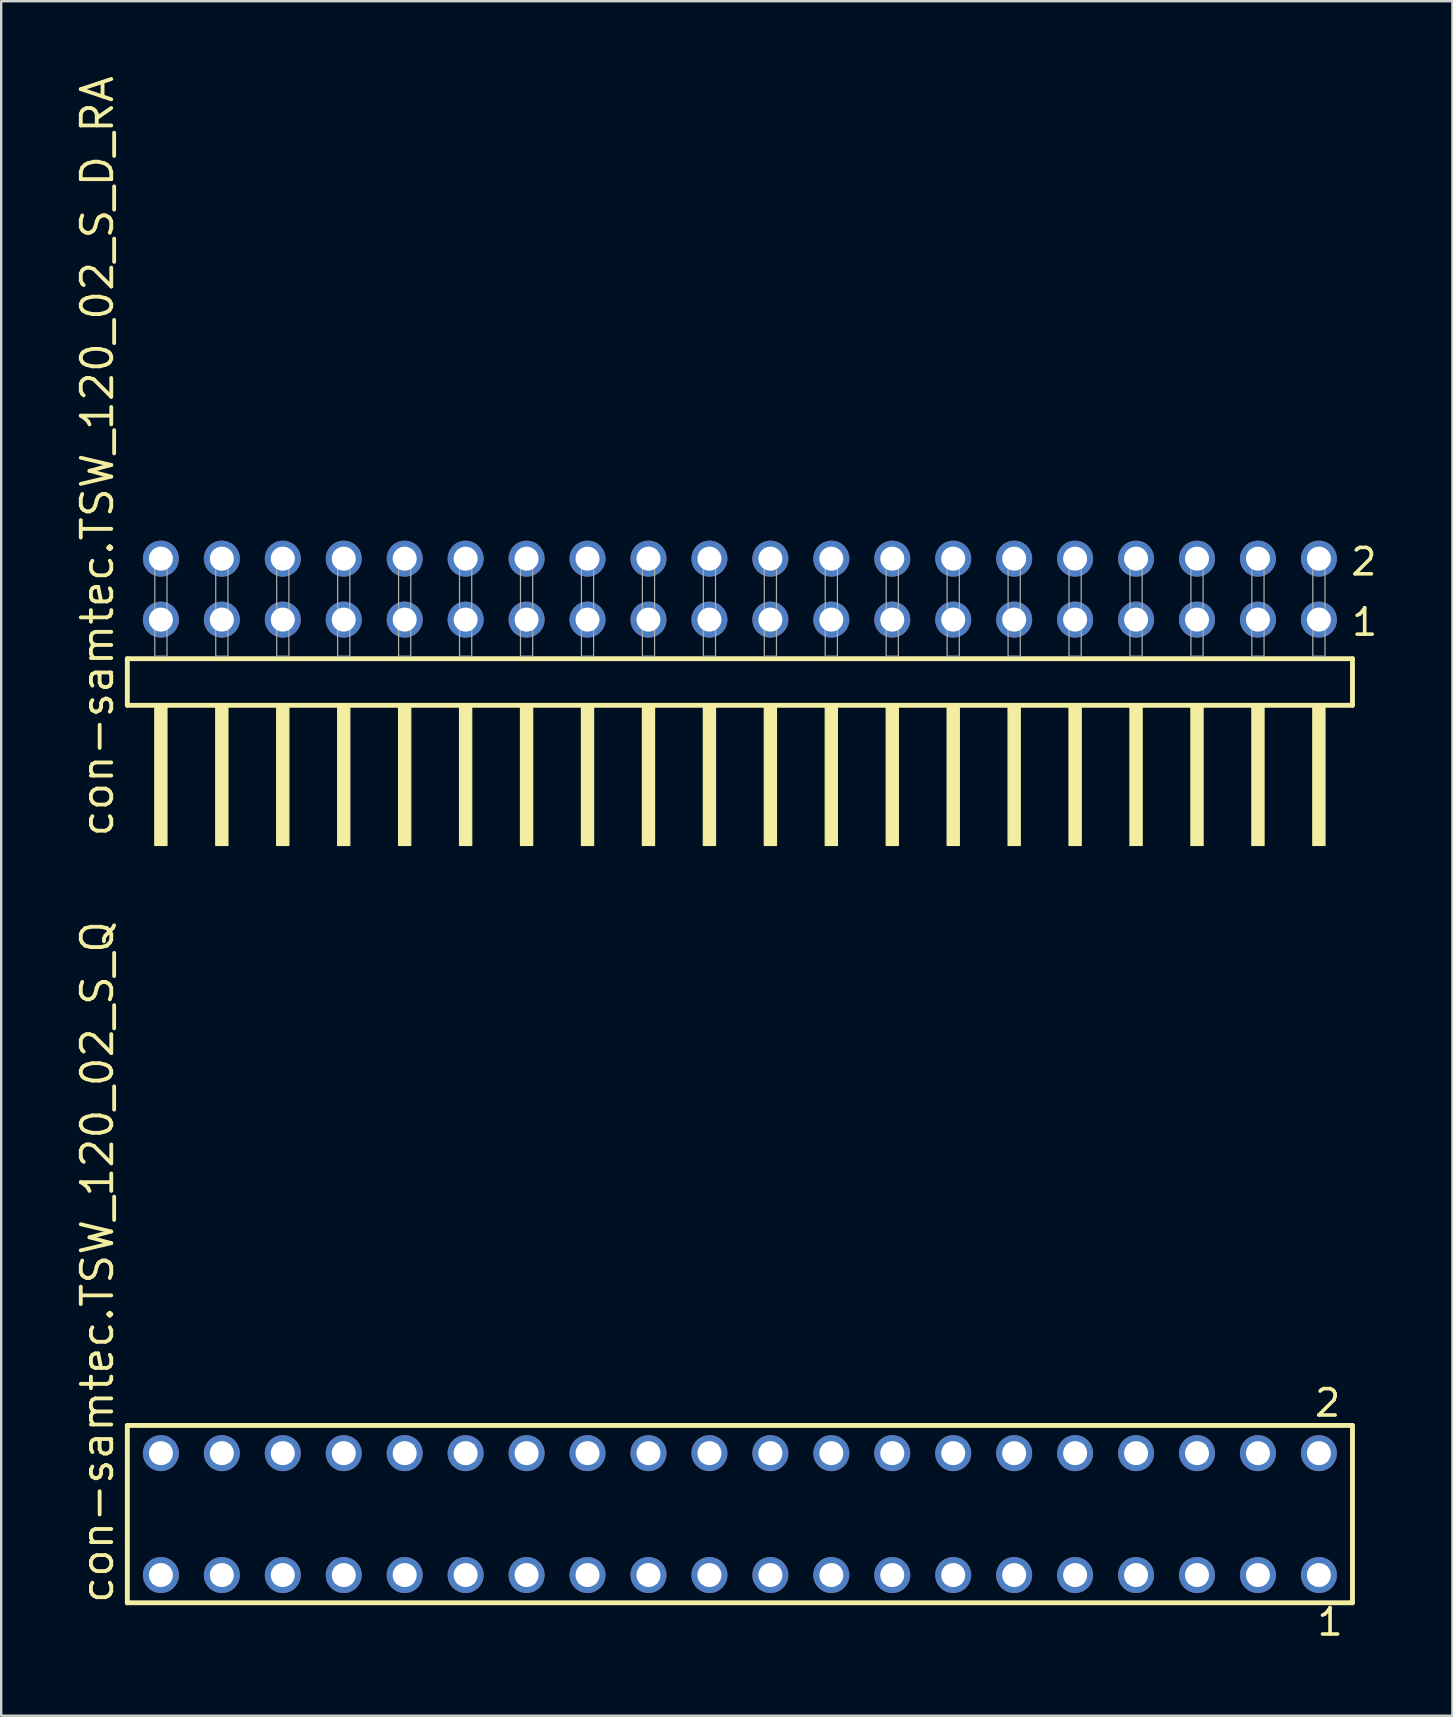
<source format=kicad_pcb>
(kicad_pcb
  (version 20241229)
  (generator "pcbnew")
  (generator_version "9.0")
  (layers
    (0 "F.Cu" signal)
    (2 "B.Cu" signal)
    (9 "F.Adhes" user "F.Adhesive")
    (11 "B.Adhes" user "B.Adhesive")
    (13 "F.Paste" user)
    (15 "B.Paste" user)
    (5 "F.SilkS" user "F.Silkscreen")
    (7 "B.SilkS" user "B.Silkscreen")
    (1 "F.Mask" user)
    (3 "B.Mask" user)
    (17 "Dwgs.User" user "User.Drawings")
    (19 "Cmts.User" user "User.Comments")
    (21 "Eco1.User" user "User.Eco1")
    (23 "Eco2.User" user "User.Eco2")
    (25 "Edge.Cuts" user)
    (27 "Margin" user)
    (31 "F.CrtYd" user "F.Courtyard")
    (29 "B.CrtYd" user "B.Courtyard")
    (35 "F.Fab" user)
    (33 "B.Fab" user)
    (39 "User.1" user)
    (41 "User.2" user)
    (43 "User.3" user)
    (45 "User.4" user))
  (footprint "con-samtec.TSW_120_02_S_D_RA"
    (layer "F.Cu")
    (at 27.785 24.296)
    (property "Reference" "con-samtec.TSW_120_02_S_D_RA" (at -26.035 7.62 90) (layer "F.SilkS") (effects (font (size 1.27 1.27) (thickness 0.16)) (justify left bottom)))
    (attr through_hole)
    (fp_line (start -25.529 0.106) (end -25.529 2.046) (stroke (width 0.203) (type default)) (layer "F.SilkS"))
    (fp_line (start -25.529 2.046) (end 25.529 2.046) (stroke (width 0.203) (type default)) (layer "F.SilkS"))
    (fp_line (start 25.529 0.106) (end -25.529 0.106) (stroke (width 0.203) (type default)) (layer "F.SilkS"))
    (fp_line (start 25.529 2.046) (end 25.529 0.106) (stroke (width 0.203) (type default)) (layer "F.SilkS"))
    (fp_rect (start -24.384 7.89) (end -23.876 2.04) (stroke (width 0.05) (type default)) (fill yes) (layer "F.SilkS"))
    (fp_rect (start -21.844 7.89) (end -21.336 2.04) (stroke (width 0.05) (type default)) (fill yes) (layer "F.SilkS"))
    (fp_rect (start -19.304 7.89) (end -18.796 2.04) (stroke (width 0.05) (type default)) (fill yes) (layer "F.SilkS"))
    (fp_rect (start -16.764 7.89) (end -16.256 2.04) (stroke (width 0.05) (type default)) (fill yes) (layer "F.SilkS"))
    (fp_rect (start -14.224 7.89) (end -13.716 2.04) (stroke (width 0.05) (type default)) (fill yes) (layer "F.SilkS"))
    (fp_rect (start -11.684 7.89) (end -11.176 2.04) (stroke (width 0.05) (type default)) (fill yes) (layer "F.SilkS"))
    (fp_rect (start -9.144 7.89) (end -8.636 2.04) (stroke (width 0.05) (type default)) (fill yes) (layer "F.SilkS"))
    (fp_rect (start -6.604 7.89) (end -6.096 2.04) (stroke (width 0.05) (type default)) (fill yes) (layer "F.SilkS"))
    (fp_rect (start -4.064 7.89) (end -3.556 2.04) (stroke (width 0.05) (type default)) (fill yes) (layer "F.SilkS"))
    (fp_rect (start -1.524 7.89) (end -1.016 2.04) (stroke (width 0.05) (type default)) (fill yes) (layer "F.SilkS"))
    (fp_rect (start 1.016 7.89) (end 1.524 2.04) (stroke (width 0.05) (type default)) (fill yes) (layer "F.SilkS"))
    (fp_rect (start 3.556 7.89) (end 4.064 2.04) (stroke (width 0.05) (type default)) (fill yes) (layer "F.SilkS"))
    (fp_rect (start 6.096 7.89) (end 6.604 2.04) (stroke (width 0.05) (type default)) (fill yes) (layer "F.SilkS"))
    (fp_rect (start 8.636 7.89) (end 9.144 2.04) (stroke (width 0.05) (type default)) (fill yes) (layer "F.SilkS"))
    (fp_rect (start 11.176 7.89) (end 11.684 2.04) (stroke (width 0.05) (type default)) (fill yes) (layer "F.SilkS"))
    (fp_rect (start 13.716 7.89) (end 14.224 2.04) (stroke (width 0.05) (type default)) (fill yes) (layer "F.SilkS"))
    (fp_rect (start 16.256 7.89) (end 16.764 2.04) (stroke (width 0.05) (type default)) (fill yes) (layer "F.SilkS"))
    (fp_rect (start 18.796 7.89) (end 19.304 2.04) (stroke (width 0.05) (type default)) (fill yes) (layer "F.SilkS"))
    (fp_rect (start 21.336 7.89) (end 21.844 2.04) (stroke (width 0.05) (type default)) (fill yes) (layer "F.SilkS"))
    (fp_rect (start 23.876 7.89) (end 24.384 2.04) (stroke (width 0.05) (type default)) (fill yes) (layer "F.SilkS"))
    (fp_rect (start -24.384 0) (end -23.876 -4.318) (stroke (width 0.05) (type default)) (fill no) (layer "F.Fab"))
    (fp_rect (start -21.844 0) (end -21.336 -4.318) (stroke (width 0.05) (type default)) (fill no) (layer "F.Fab"))
    (fp_rect (start -19.304 0) (end -18.796 -4.318) (stroke (width 0.05) (type default)) (fill no) (layer "F.Fab"))
    (fp_rect (start -16.764 0) (end -16.256 -4.318) (stroke (width 0.05) (type default)) (fill no) (layer "F.Fab"))
    (fp_rect (start -14.224 0) (end -13.716 -4.318) (stroke (width 0.05) (type default)) (fill no) (layer "F.Fab"))
    (fp_rect (start -11.684 0) (end -11.176 -4.318) (stroke (width 0.05) (type default)) (fill no) (layer "F.Fab"))
    (fp_rect (start -9.144 0) (end -8.636 -4.318) (stroke (width 0.05) (type default)) (fill no) (layer "F.Fab"))
    (fp_rect (start -6.604 0) (end -6.096 -4.318) (stroke (width 0.05) (type default)) (fill no) (layer "F.Fab"))
    (fp_rect (start -4.064 0) (end -3.556 -4.318) (stroke (width 0.05) (type default)) (fill no) (layer "F.Fab"))
    (fp_rect (start -1.524 0) (end -1.016 -4.318) (stroke (width 0.05) (type default)) (fill no) (layer "F.Fab"))
    (fp_rect (start 1.016 0) (end 1.524 -4.318) (stroke (width 0.05) (type default)) (fill no) (layer "F.Fab"))
    (fp_rect (start 3.556 0) (end 4.064 -4.318) (stroke (width 0.05) (type default)) (fill no) (layer "F.Fab"))
    (fp_rect (start 6.096 0) (end 6.604 -4.318) (stroke (width 0.05) (type default)) (fill no) (layer "F.Fab"))
    (fp_rect (start 8.636 0) (end 9.144 -4.318) (stroke (width 0.05) (type default)) (fill no) (layer "F.Fab"))
    (fp_rect (start 11.176 0) (end 11.684 -4.318) (stroke (width 0.05) (type default)) (fill no) (layer "F.Fab"))
    (fp_rect (start 13.716 0) (end 14.224 -4.318) (stroke (width 0.05) (type default)) (fill no) (layer "F.Fab"))
    (fp_rect (start 16.256 0) (end 16.764 -4.318) (stroke (width 0.05) (type default)) (fill no) (layer "F.Fab"))
    (fp_rect (start 18.796 0) (end 19.304 -4.318) (stroke (width 0.05) (type default)) (fill no) (layer "F.Fab"))
    (fp_rect (start 21.336 0) (end 21.844 -4.318) (stroke (width 0.05) (type default)) (fill no) (layer "F.Fab"))
    (fp_rect (start 23.876 0) (end 24.384 -4.318) (stroke (width 0.05) (type default)) (fill no) (layer "F.Fab"))
    (fp_text user "2" (at 25.38 -3.29 0) (layer "F.SilkS") (effects (font (size 1.1 1.1) (thickness 0.15)) (justify left bottom)))
    (fp_text user "1" (at 25.415 -0.775 0) (layer "F.SilkS") (effects (font (size 1.1 1.1) (thickness 0.15)) (justify left bottom)))
    (pad "1" thru_hole circle (at 24.13 -1.524 180) (size 1.5 1.5) (drill 1) (layers "*.Cu" "*.Mask"))
    (pad "2" thru_hole circle (at 24.13 -4.064 180) (size 1.5 1.5) (drill 1) (layers "*.Cu" "*.Mask"))
    (pad "3" thru_hole circle (at 21.59 -1.524 180) (size 1.5 1.5) (drill 1) (layers "*.Cu" "*.Mask"))
    (pad "4" thru_hole circle (at 21.59 -4.064 180) (size 1.5 1.5) (drill 1) (layers "*.Cu" "*.Mask"))
    (pad "5" thru_hole circle (at 19.05 -1.524 180) (size 1.5 1.5) (drill 1) (layers "*.Cu" "*.Mask"))
    (pad "6" thru_hole circle (at 19.05 -4.064 180) (size 1.5 1.5) (drill 1) (layers "*.Cu" "*.Mask"))
    (pad "7" thru_hole circle (at 16.51 -1.524 180) (size 1.5 1.5) (drill 1) (layers "*.Cu" "*.Mask"))
    (pad "8" thru_hole circle (at 16.51 -4.064 180) (size 1.5 1.5) (drill 1) (layers "*.Cu" "*.Mask"))
    (pad "9" thru_hole circle (at 13.97 -1.524 180) (size 1.5 1.5) (drill 1) (layers "*.Cu" "*.Mask"))
    (pad "10" thru_hole circle (at 13.97 -4.064 180) (size 1.5 1.5) (drill 1) (layers "*.Cu" "*.Mask"))
    (pad "11" thru_hole circle (at 11.43 -1.524 180) (size 1.5 1.5) (drill 1) (layers "*.Cu" "*.Mask"))
    (pad "12" thru_hole circle (at 11.43 -4.064 180) (size 1.5 1.5) (drill 1) (layers "*.Cu" "*.Mask"))
    (pad "13" thru_hole circle (at 8.89 -1.524 180) (size 1.5 1.5) (drill 1) (layers "*.Cu" "*.Mask"))
    (pad "14" thru_hole circle (at 8.89 -4.064 180) (size 1.5 1.5) (drill 1) (layers "*.Cu" "*.Mask"))
    (pad "15" thru_hole circle (at 6.35 -1.524 180) (size 1.5 1.5) (drill 1) (layers "*.Cu" "*.Mask"))
    (pad "16" thru_hole circle (at 6.35 -4.064 180) (size 1.5 1.5) (drill 1) (layers "*.Cu" "*.Mask"))
    (pad "17" thru_hole circle (at 3.81 -1.524 180) (size 1.5 1.5) (drill 1) (layers "*.Cu" "*.Mask"))
    (pad "18" thru_hole circle (at 3.81 -4.064 180) (size 1.5 1.5) (drill 1) (layers "*.Cu" "*.Mask"))
    (pad "19" thru_hole circle (at 1.27 -1.524 180) (size 1.5 1.5) (drill 1) (layers "*.Cu" "*.Mask"))
    (pad "20" thru_hole circle (at 1.27 -4.064 180) (size 1.5 1.5) (drill 1) (layers "*.Cu" "*.Mask"))
    (pad "21" thru_hole circle (at -1.27 -1.524 180) (size 1.5 1.5) (drill 1) (layers "*.Cu" "*.Mask"))
    (pad "22" thru_hole circle (at -1.27 -4.064 180) (size 1.5 1.5) (drill 1) (layers "*.Cu" "*.Mask"))
    (pad "23" thru_hole circle (at -3.81 -1.524 180) (size 1.5 1.5) (drill 1) (layers "*.Cu" "*.Mask"))
    (pad "24" thru_hole circle (at -3.81 -4.064 180) (size 1.5 1.5) (drill 1) (layers "*.Cu" "*.Mask"))
    (pad "25" thru_hole circle (at -6.35 -1.524 180) (size 1.5 1.5) (drill 1) (layers "*.Cu" "*.Mask"))
    (pad "26" thru_hole circle (at -6.35 -4.064 180) (size 1.5 1.5) (drill 1) (layers "*.Cu" "*.Mask"))
    (pad "27" thru_hole circle (at -8.89 -1.524 180) (size 1.5 1.5) (drill 1) (layers "*.Cu" "*.Mask"))
    (pad "28" thru_hole circle (at -8.89 -4.064 180) (size 1.5 1.5) (drill 1) (layers "*.Cu" "*.Mask"))
    (pad "29" thru_hole circle (at -11.43 -1.524 180) (size 1.5 1.5) (drill 1) (layers "*.Cu" "*.Mask"))
    (pad "30" thru_hole circle (at -11.43 -4.064 180) (size 1.5 1.5) (drill 1) (layers "*.Cu" "*.Mask"))
    (pad "31" thru_hole circle (at -13.97 -1.524 180) (size 1.5 1.5) (drill 1) (layers "*.Cu" "*.Mask"))
    (pad "32" thru_hole circle (at -13.97 -4.064 180) (size 1.5 1.5) (drill 1) (layers "*.Cu" "*.Mask"))
    (pad "33" thru_hole circle (at -16.51 -1.524 180) (size 1.5 1.5) (drill 1) (layers "*.Cu" "*.Mask"))
    (pad "34" thru_hole circle (at -16.51 -4.064 180) (size 1.5 1.5) (drill 1) (layers "*.Cu" "*.Mask"))
    (pad "35" thru_hole circle (at -19.05 -1.524 180) (size 1.5 1.5) (drill 1) (layers "*.Cu" "*.Mask"))
    (pad "36" thru_hole circle (at -19.05 -4.064 180) (size 1.5 1.5) (drill 1) (layers "*.Cu" "*.Mask"))
    (pad "37" thru_hole circle (at -21.59 -1.524 180) (size 1.5 1.5) (drill 1) (layers "*.Cu" "*.Mask"))
    (pad "38" thru_hole circle (at -21.59 -4.064 180) (size 1.5 1.5) (drill 1) (layers "*.Cu" "*.Mask"))
    (pad "39" thru_hole circle (at -24.13 -1.524 180) (size 1.5 1.5) (drill 1) (layers "*.Cu" "*.Mask"))
    (pad "40" thru_hole circle (at -24.13 -4.064 180) (size 1.5 1.5) (drill 1) (layers "*.Cu" "*.Mask")))
  (footprint "con-samtec.TSW_120_02_S_Q"
    (layer "F.Cu")
    (at 27.785 60.05)
    (property "Reference" "con-samtec.TSW_120_02_S_Q" (at -26.035 3.81 90) (layer "F.SilkS") (effects (font (size 1.27 1.27) (thickness 0.16)) (justify left bottom)))
    (attr through_hole)
    (fp_line (start -25.529 -3.695) (end 25.529 -3.695) (stroke (width 0.203) (type default)) (layer "F.SilkS"))
    (fp_line (start -25.529 3.695) (end -25.529 -3.695) (stroke (width 0.203) (type default)) (layer "F.SilkS"))
    (fp_line (start 25.529 -3.695) (end 25.529 3.695) (stroke (width 0.203) (type default)) (layer "F.SilkS"))
    (fp_line (start 25.529 3.695) (end -25.529 3.695) (stroke (width 0.203) (type default)) (layer "F.SilkS"))
    (fp_rect (start -24.48 -2.19) (end -23.78 -2.89) (stroke (width 0.05) (type default)) (fill no) (layer "F.Fab"))
    (fp_rect (start -24.48 2.89) (end -23.78 2.19) (stroke (width 0.05) (type default)) (fill no) (layer "F.Fab"))
    (fp_rect (start -21.94 -2.19) (end -21.24 -2.89) (stroke (width 0.05) (type default)) (fill no) (layer "F.Fab"))
    (fp_rect (start -21.94 2.89) (end -21.24 2.19) (stroke (width 0.05) (type default)) (fill no) (layer "F.Fab"))
    (fp_rect (start -19.4 -2.19) (end -18.7 -2.89) (stroke (width 0.05) (type default)) (fill no) (layer "F.Fab"))
    (fp_rect (start -19.4 2.89) (end -18.7 2.19) (stroke (width 0.05) (type default)) (fill no) (layer "F.Fab"))
    (fp_rect (start -16.86 -2.19) (end -16.16 -2.89) (stroke (width 0.05) (type default)) (fill no) (layer "F.Fab"))
    (fp_rect (start -16.86 2.89) (end -16.16 2.19) (stroke (width 0.05) (type default)) (fill no) (layer "F.Fab"))
    (fp_rect (start -14.32 -2.19) (end -13.62 -2.89) (stroke (width 0.05) (type default)) (fill no) (layer "F.Fab"))
    (fp_rect (start -14.32 2.89) (end -13.62 2.19) (stroke (width 0.05) (type default)) (fill no) (layer "F.Fab"))
    (fp_rect (start -11.78 -2.19) (end -11.08 -2.89) (stroke (width 0.05) (type default)) (fill no) (layer "F.Fab"))
    (fp_rect (start -11.78 2.89) (end -11.08 2.19) (stroke (width 0.05) (type default)) (fill no) (layer "F.Fab"))
    (fp_rect (start -9.24 -2.19) (end -8.54 -2.89) (stroke (width 0.05) (type default)) (fill no) (layer "F.Fab"))
    (fp_rect (start -9.24 2.89) (end -8.54 2.19) (stroke (width 0.05) (type default)) (fill no) (layer "F.Fab"))
    (fp_rect (start -6.7 -2.19) (end -6 -2.89) (stroke (width 0.05) (type default)) (fill no) (layer "F.Fab"))
    (fp_rect (start -6.7 2.89) (end -6 2.19) (stroke (width 0.05) (type default)) (fill no) (layer "F.Fab"))
    (fp_rect (start -4.16 -2.19) (end -3.46 -2.89) (stroke (width 0.05) (type default)) (fill no) (layer "F.Fab"))
    (fp_rect (start -4.16 2.89) (end -3.46 2.19) (stroke (width 0.05) (type default)) (fill no) (layer "F.Fab"))
    (fp_rect (start -1.62 -2.19) (end -0.92 -2.89) (stroke (width 0.05) (type default)) (fill no) (layer "F.Fab"))
    (fp_rect (start -1.62 2.89) (end -0.92 2.19) (stroke (width 0.05) (type default)) (fill no) (layer "F.Fab"))
    (fp_rect (start 0.92 -2.19) (end 1.62 -2.89) (stroke (width 0.05) (type default)) (fill no) (layer "F.Fab"))
    (fp_rect (start 0.92 2.89) (end 1.62 2.19) (stroke (width 0.05) (type default)) (fill no) (layer "F.Fab"))
    (fp_rect (start 3.46 -2.19) (end 4.16 -2.89) (stroke (width 0.05) (type default)) (fill no) (layer "F.Fab"))
    (fp_rect (start 3.46 2.89) (end 4.16 2.19) (stroke (width 0.05) (type default)) (fill no) (layer "F.Fab"))
    (fp_rect (start 6 -2.19) (end 6.7 -2.89) (stroke (width 0.05) (type default)) (fill no) (layer "F.Fab"))
    (fp_rect (start 6 2.89) (end 6.7 2.19) (stroke (width 0.05) (type default)) (fill no) (layer "F.Fab"))
    (fp_rect (start 8.54 -2.19) (end 9.24 -2.89) (stroke (width 0.05) (type default)) (fill no) (layer "F.Fab"))
    (fp_rect (start 8.54 2.89) (end 9.24 2.19) (stroke (width 0.05) (type default)) (fill no) (layer "F.Fab"))
    (fp_rect (start 11.08 -2.19) (end 11.78 -2.89) (stroke (width 0.05) (type default)) (fill no) (layer "F.Fab"))
    (fp_rect (start 11.08 2.89) (end 11.78 2.19) (stroke (width 0.05) (type default)) (fill no) (layer "F.Fab"))
    (fp_rect (start 13.62 -2.19) (end 14.32 -2.89) (stroke (width 0.05) (type default)) (fill no) (layer "F.Fab"))
    (fp_rect (start 13.62 2.89) (end 14.32 2.19) (stroke (width 0.05) (type default)) (fill no) (layer "F.Fab"))
    (fp_rect (start 16.16 -2.19) (end 16.86 -2.89) (stroke (width 0.05) (type default)) (fill no) (layer "F.Fab"))
    (fp_rect (start 16.16 2.89) (end 16.86 2.19) (stroke (width 0.05) (type default)) (fill no) (layer "F.Fab"))
    (fp_rect (start 18.7 -2.19) (end 19.4 -2.89) (stroke (width 0.05) (type default)) (fill no) (layer "F.Fab"))
    (fp_rect (start 18.7 2.89) (end 19.4 2.19) (stroke (width 0.05) (type default)) (fill no) (layer "F.Fab"))
    (fp_rect (start 21.24 -2.19) (end 21.94 -2.89) (stroke (width 0.05) (type default)) (fill no) (layer "F.Fab"))
    (fp_rect (start 21.24 2.89) (end 21.94 2.19) (stroke (width 0.05) (type default)) (fill no) (layer "F.Fab"))
    (fp_rect (start 23.78 -2.19) (end 24.48 -2.89) (stroke (width 0.05) (type default)) (fill no) (layer "F.Fab"))
    (fp_rect (start 23.78 2.89) (end 24.48 2.19) (stroke (width 0.05) (type default)) (fill no) (layer "F.Fab"))
    (fp_text user "1" (at 23.972 5.138 0) (layer "F.SilkS") (effects (font (size 1.1 1.1) (thickness 0.15)) (justify left bottom)))
    (fp_text user "2" (at 23.872 -3.989 0) (layer "F.SilkS") (effects (font (size 1.1 1.1) (thickness 0.15)) (justify left bottom)))
    (pad "1" thru_hole circle (at 24.13 2.54 180) (size 1.5 1.5) (drill 1) (layers "*.Cu" "*.Mask"))
    (pad "2" thru_hole circle (at 24.13 -2.54 180) (size 1.5 1.5) (drill 1) (layers "*.Cu" "*.Mask"))
    (pad "3" thru_hole circle (at 21.59 2.54 180) (size 1.5 1.5) (drill 1) (layers "*.Cu" "*.Mask"))
    (pad "4" thru_hole circle (at 21.59 -2.54 180) (size 1.5 1.5) (drill 1) (layers "*.Cu" "*.Mask"))
    (pad "5" thru_hole circle (at 19.05 2.54 180) (size 1.5 1.5) (drill 1) (layers "*.Cu" "*.Mask"))
    (pad "6" thru_hole circle (at 19.05 -2.54 180) (size 1.5 1.5) (drill 1) (layers "*.Cu" "*.Mask"))
    (pad "7" thru_hole circle (at 16.51 2.54 180) (size 1.5 1.5) (drill 1) (layers "*.Cu" "*.Mask"))
    (pad "8" thru_hole circle (at 16.51 -2.54 180) (size 1.5 1.5) (drill 1) (layers "*.Cu" "*.Mask"))
    (pad "9" thru_hole circle (at 13.97 2.54 180) (size 1.5 1.5) (drill 1) (layers "*.Cu" "*.Mask"))
    (pad "10" thru_hole circle (at 13.97 -2.54 180) (size 1.5 1.5) (drill 1) (layers "*.Cu" "*.Mask"))
    (pad "11" thru_hole circle (at 11.43 2.54 180) (size 1.5 1.5) (drill 1) (layers "*.Cu" "*.Mask"))
    (pad "12" thru_hole circle (at 11.43 -2.54 180) (size 1.5 1.5) (drill 1) (layers "*.Cu" "*.Mask"))
    (pad "13" thru_hole circle (at 8.89 2.54 180) (size 1.5 1.5) (drill 1) (layers "*.Cu" "*.Mask"))
    (pad "14" thru_hole circle (at 8.89 -2.54 180) (size 1.5 1.5) (drill 1) (layers "*.Cu" "*.Mask"))
    (pad "15" thru_hole circle (at 6.35 2.54 180) (size 1.5 1.5) (drill 1) (layers "*.Cu" "*.Mask"))
    (pad "16" thru_hole circle (at 6.35 -2.54 180) (size 1.5 1.5) (drill 1) (layers "*.Cu" "*.Mask"))
    (pad "17" thru_hole circle (at 3.81 2.54 180) (size 1.5 1.5) (drill 1) (layers "*.Cu" "*.Mask"))
    (pad "18" thru_hole circle (at 3.81 -2.54 180) (size 1.5 1.5) (drill 1) (layers "*.Cu" "*.Mask"))
    (pad "19" thru_hole circle (at 1.27 2.54 180) (size 1.5 1.5) (drill 1) (layers "*.Cu" "*.Mask"))
    (pad "20" thru_hole circle (at 1.27 -2.54 180) (size 1.5 1.5) (drill 1) (layers "*.Cu" "*.Mask"))
    (pad "21" thru_hole circle (at -1.27 2.54 180) (size 1.5 1.5) (drill 1) (layers "*.Cu" "*.Mask"))
    (pad "22" thru_hole circle (at -1.27 -2.54 180) (size 1.5 1.5) (drill 1) (layers "*.Cu" "*.Mask"))
    (pad "23" thru_hole circle (at -3.81 2.54 180) (size 1.5 1.5) (drill 1) (layers "*.Cu" "*.Mask"))
    (pad "24" thru_hole circle (at -3.81 -2.54 180) (size 1.5 1.5) (drill 1) (layers "*.Cu" "*.Mask"))
    (pad "25" thru_hole circle (at -6.35 2.54 180) (size 1.5 1.5) (drill 1) (layers "*.Cu" "*.Mask"))
    (pad "26" thru_hole circle (at -6.35 -2.54 180) (size 1.5 1.5) (drill 1) (layers "*.Cu" "*.Mask"))
    (pad "27" thru_hole circle (at -8.89 2.54 180) (size 1.5 1.5) (drill 1) (layers "*.Cu" "*.Mask"))
    (pad "28" thru_hole circle (at -8.89 -2.54 180) (size 1.5 1.5) (drill 1) (layers "*.Cu" "*.Mask"))
    (pad "29" thru_hole circle (at -11.43 2.54 180) (size 1.5 1.5) (drill 1) (layers "*.Cu" "*.Mask"))
    (pad "30" thru_hole circle (at -11.43 -2.54 180) (size 1.5 1.5) (drill 1) (layers "*.Cu" "*.Mask"))
    (pad "31" thru_hole circle (at -13.97 2.54 180) (size 1.5 1.5) (drill 1) (layers "*.Cu" "*.Mask"))
    (pad "32" thru_hole circle (at -13.97 -2.54 180) (size 1.5 1.5) (drill 1) (layers "*.Cu" "*.Mask"))
    (pad "33" thru_hole circle (at -16.51 2.54 180) (size 1.5 1.5) (drill 1) (layers "*.Cu" "*.Mask"))
    (pad "34" thru_hole circle (at -16.51 -2.54 180) (size 1.5 1.5) (drill 1) (layers "*.Cu" "*.Mask"))
    (pad "35" thru_hole circle (at -19.05 2.54 180) (size 1.5 1.5) (drill 1) (layers "*.Cu" "*.Mask"))
    (pad "36" thru_hole circle (at -19.05 -2.54 180) (size 1.5 1.5) (drill 1) (layers "*.Cu" "*.Mask"))
    (pad "37" thru_hole circle (at -21.59 2.54 180) (size 1.5 1.5) (drill 1) (layers "*.Cu" "*.Mask"))
    (pad "38" thru_hole circle (at -21.59 -2.54 180) (size 1.5 1.5) (drill 1) (layers "*.Cu" "*.Mask"))
    (pad "39" thru_hole circle (at -24.13 2.54 180) (size 1.5 1.5) (drill 1) (layers "*.Cu" "*.Mask"))
    (pad "40" thru_hole circle (at -24.13 -2.54 180) (size 1.5 1.5) (drill 1) (layers "*.Cu" "*.Mask")))
  (gr_rect
    (start -3 -3)
    (end 57.478 68.452)
    (stroke (width 0.1) (type default))
    (fill no)
    (layer "Edge.Cuts")))
</source>
